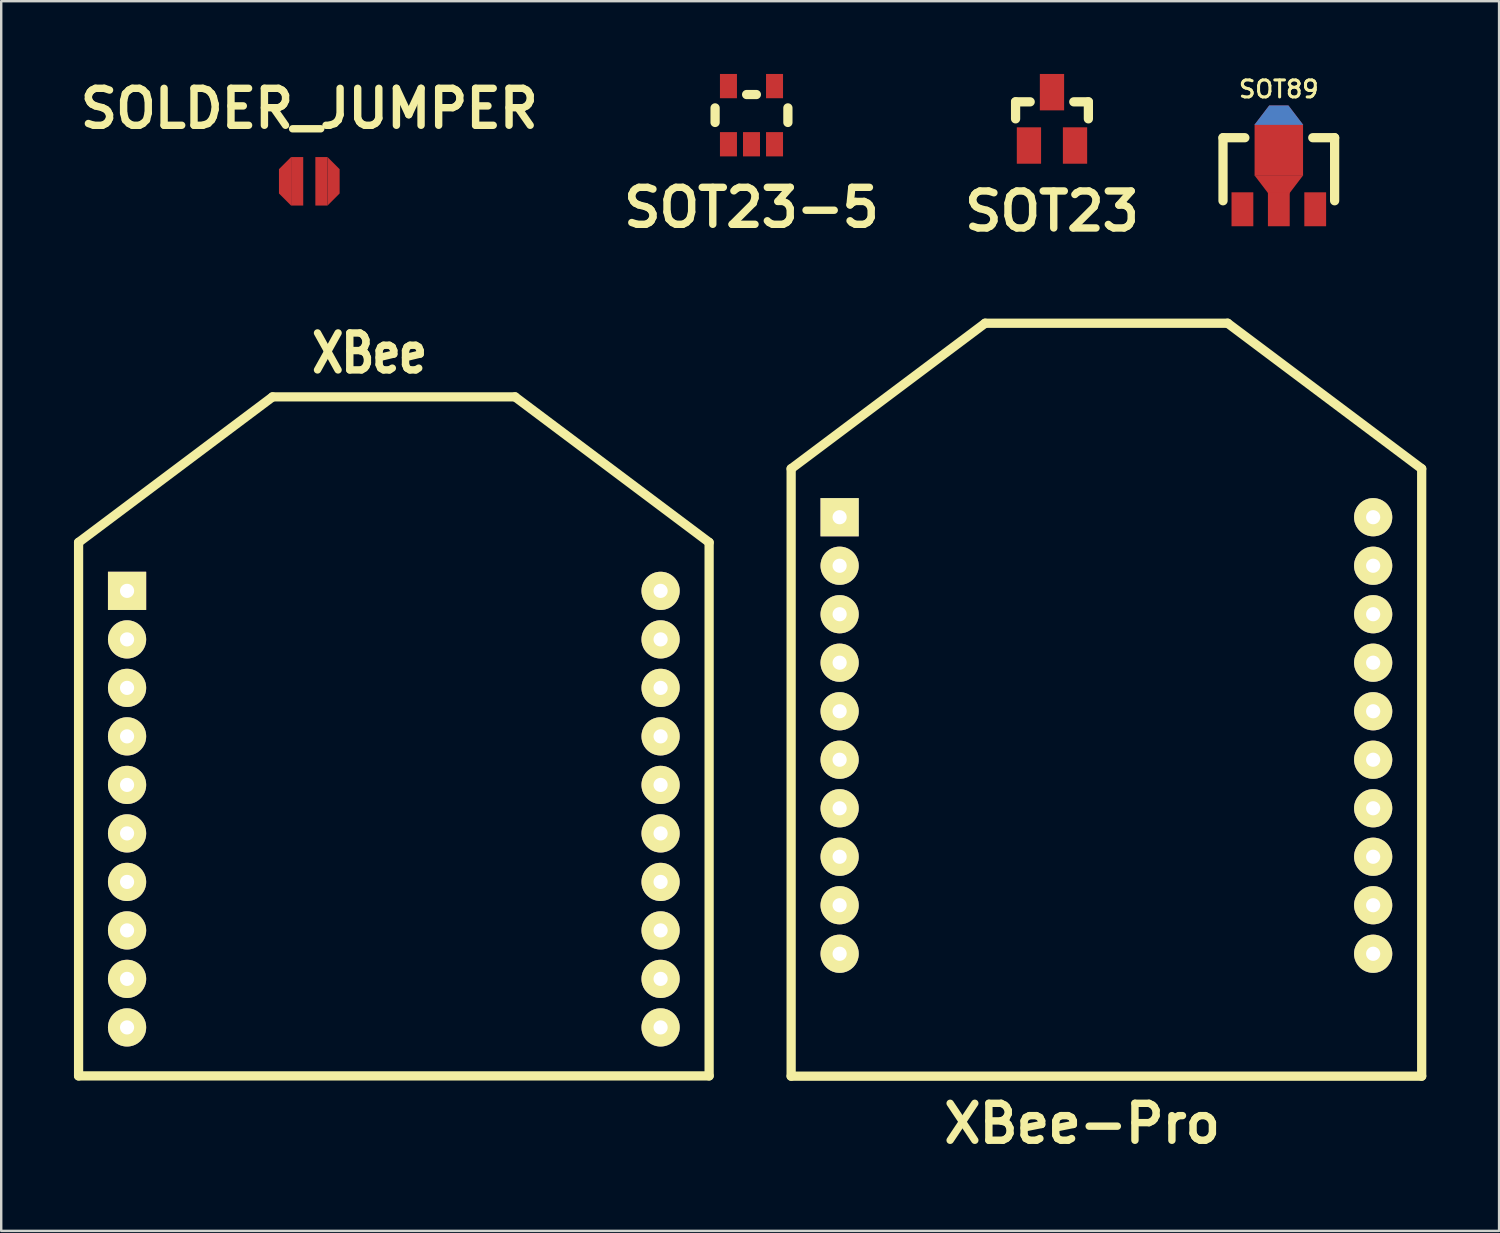
<source format=kicad_pcb>
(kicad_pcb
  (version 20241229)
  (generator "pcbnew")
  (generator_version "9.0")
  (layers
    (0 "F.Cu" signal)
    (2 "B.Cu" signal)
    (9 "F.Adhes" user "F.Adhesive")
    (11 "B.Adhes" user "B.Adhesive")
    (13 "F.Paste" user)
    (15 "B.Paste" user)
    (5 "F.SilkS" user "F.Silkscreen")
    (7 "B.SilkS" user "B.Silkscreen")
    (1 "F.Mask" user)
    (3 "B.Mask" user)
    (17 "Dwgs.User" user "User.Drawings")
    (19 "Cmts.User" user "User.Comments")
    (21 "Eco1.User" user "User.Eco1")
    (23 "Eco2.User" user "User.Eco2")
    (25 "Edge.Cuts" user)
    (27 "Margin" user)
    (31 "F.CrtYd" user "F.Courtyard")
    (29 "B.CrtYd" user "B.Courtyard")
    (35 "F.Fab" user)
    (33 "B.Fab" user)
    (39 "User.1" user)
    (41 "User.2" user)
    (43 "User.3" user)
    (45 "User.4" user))
  (footprint "SOT23"
    (layer "F.Cu")
    (at 40.326 1.85)
    (property "Reference" "SOT23" (at 0 3.81 0) (layer "F.SilkS") (effects (font (size 1.524 1.524) (thickness 0.305))))
    (attr through_hole)
    (fp_line (start -1.501 -0.701) (end -1.501 0) (stroke (width 0.381) (type solid)) (layer "F.SilkS"))
    (fp_line (start -0.899 -0.701) (end -1.501 -0.701) (stroke (width 0.381) (type solid)) (layer "F.SilkS"))
    (fp_line (start 1.501 -0.701) (end 0.899 -0.701) (stroke (width 0.381) (type solid)) (layer "F.SilkS"))
    (fp_line (start 1.501 0) (end 1.501 -0.701) (stroke (width 0.381) (type solid)) (layer "F.SilkS"))
    (pad "1" smd rect (at -0.95 1.1) (size 1.001 1.501) (layers "F.Cu" "F.Mask" "F.Paste"))
    (pad "2" smd rect (at 0.95 1.1) (size 1.001 1.501) (layers "F.Cu" "F.Mask" "F.Paste"))
    (pad "3" smd rect (at 0 -1.1) (size 1.001 1.501) (layers "F.Cu" "F.Mask" "F.Paste")))
  (footprint "SOT89"
    (layer "F.Cu")
    (at 49.679 3.928)
    (property "Reference" "SOT89" (at 0 -3.299 0) (layer "F.SilkS") (effects (font (size 0.701 0.701) (thickness 0.124))))
    (attr smd)
    (fp_line (start -2.301 -1.3) (end -2.301 1.3) (stroke (width 0.381) (type solid)) (layer "F.SilkS"))
    (fp_line (start -2.301 -1.3) (end -1.4 -1.3) (stroke (width 0.381) (type solid)) (layer "F.SilkS"))
    (fp_line (start 1.4 -1.3) (end 2.301 -1.3) (stroke (width 0.381) (type solid)) (layer "F.SilkS"))
    (fp_line (start 2.301 -1.3) (end 2.301 1.3) (stroke (width 0.381) (type solid)) (layer "F.SilkS"))
    (pad "1" smd rect (at -1.501 1.651) (size 0.899 1.4) (layers "F.Cu" "F.Mask" "F.Paste"))
    (pad "2" thru_hole trapezoid (at 0 -2.23) (size 1.4 0.8) (rect_delta 0 0.61) (drill 0.000001) (layers "F.Cu" "F.Mask" "F.Paste"))
    (pad "2" smd rect (at 0 -0.79) (size 1.999 2.101) (layers "F.Cu" "F.Mask" "F.Paste"))
    (pad "2" smd trapezoid (at 0 0.65) (size 1.4 0.8) (rect_delta 0 -0.61) (layers "F.Cu" "F.Mask" "F.Paste"))
    (pad "2" smd rect (at 0 1.651) (size 0.899 1.4) (layers "F.Cu" "F.Mask" "F.Paste"))
    (pad "3" smd rect (at 1.501 1.651) (size 0.899 1.4) (layers "F.Cu" "F.Mask" "F.Paste")))
  (footprint "SOLDER_JUMPER"
    (layer "F.Cu")
    (at 9.703 4.426)
    (property "Reference" "SOLDER_JUMPER" (at 0 -3 0) (layer "F.SilkS") (effects (font (size 1.524 1.524) (thickness 0.305))))
    (attr through_hole)
    (pad "1" smd trapezoid (at -1.001 0) (size 0.5 1.501) (rect_delta -0.5 0) (layers "F.Cu" "F.Mask" "F.Paste"))
    (pad "1" smd rect (at -0.5 0) (size 0.5 1.999) (layers "F.Cu" "F.Mask" "F.Paste"))
    (pad "2" smd rect (at 0.5 0) (size 0.5 1.999) (layers "F.Cu" "F.Mask" "F.Paste"))
    (pad "2" smd trapezoid (at 1.001 0) (size 0.5 1.501) (rect_delta 0.5 0) (layers "F.Cu" "F.Mask" "F.Paste")))
  (footprint "XBee"
    (layer "F.Cu")
    (at 12.189 35.313)
    (property "Reference" "XBee" (at 0 -23.8 0) (layer "F.SilkS") (effects (font (size 1.524 1.27) (thickness 0.305))))
    (attr through_hole)
    (fp_line (start -11.999 -15.999) (end -4 -21.999) (stroke (width 0.381) (type solid)) (layer "F.SilkS"))
    (fp_line (start -11.999 5.999) (end -11.999 -15.999) (stroke (width 0.381) (type solid)) (layer "F.SilkS"))
    (fp_line (start -4 -21.999) (end 5.999 -21.999) (stroke (width 0.381) (type solid)) (layer "F.SilkS"))
    (fp_line (start 5.999 -21.999) (end 14 -15.999) (stroke (width 0.381) (type solid)) (layer "F.SilkS"))
    (fp_line (start 14 -15.999) (end 14 5.999) (stroke (width 0.381) (type solid)) (layer "F.SilkS"))
    (fp_line (start 14 5.999) (end -11.999 5.999) (stroke (width 0.381) (type solid)) (layer "F.SilkS"))
    (pad "1" thru_hole rect (at -10 -14) (size 1.575 1.575) (drill 0.584) (layers "*.Cu" "*.Mask" "F.SilkS"))
    (pad "2" thru_hole circle (at -10 -11.999) (size 1.575 1.575) (drill 0.584) (layers "*.Cu" "*.Mask" "F.SilkS"))
    (pad "3" thru_hole circle (at -10 -10) (size 1.575 1.575) (drill 0.584) (layers "*.Cu" "*.Mask" "F.SilkS"))
    (pad "4" thru_hole circle (at -10 -8.001) (size 1.575 1.575) (drill 0.584) (layers "*.Cu" "*.Mask" "F.SilkS"))
    (pad "5" thru_hole circle (at -10 -5.999) (size 1.575 1.575) (drill 0.584) (layers "*.Cu" "*.Mask" "F.SilkS"))
    (pad "6" thru_hole circle (at -10 -4) (size 1.575 1.575) (drill 0.584) (layers "*.Cu" "*.Mask" "F.SilkS"))
    (pad "7" thru_hole circle (at -10 -1.999) (size 1.575 1.575) (drill 0.584) (layers "*.Cu" "*.Mask" "F.SilkS"))
    (pad "8" thru_hole circle (at -10 0) (size 1.575 1.575) (drill 0.584) (layers "*.Cu" "*.Mask" "F.SilkS"))
    (pad "9" thru_hole circle (at -10 1.999) (size 1.575 1.575) (drill 0.584) (layers "*.Cu" "*.Mask" "F.SilkS"))
    (pad "10" thru_hole circle (at -10 4) (size 1.575 1.575) (drill 0.584) (layers "*.Cu" "*.Mask" "F.SilkS"))
    (pad "11" thru_hole circle (at 11.999 4) (size 1.575 1.575) (drill 0.584) (layers "*.Cu" "*.Mask" "F.SilkS"))
    (pad "12" thru_hole circle (at 11.999 1.999) (size 1.575 1.575) (drill 0.584) (layers "*.Cu" "*.Mask" "F.SilkS"))
    (pad "13" thru_hole circle (at 11.999 0) (size 1.575 1.575) (drill 0.584) (layers "*.Cu" "*.Mask" "F.SilkS"))
    (pad "14" thru_hole circle (at 11.999 -1.999) (size 1.575 1.575) (drill 0.584) (layers "*.Cu" "*.Mask" "F.SilkS"))
    (pad "15" thru_hole circle (at 11.999 -4) (size 1.575 1.575) (drill 0.584) (layers "*.Cu" "*.Mask" "F.SilkS"))
    (pad "16" thru_hole circle (at 11.999 -5.999) (size 1.575 1.575) (drill 0.584) (layers "*.Cu" "*.Mask" "F.SilkS"))
    (pad "17" thru_hole circle (at 11.999 -8.001) (size 1.575 1.575) (drill 0.584) (layers "*.Cu" "*.Mask" "F.SilkS"))
    (pad "18" thru_hole circle (at 11.999 -10) (size 1.575 1.575) (drill 0.584) (layers "*.Cu" "*.Mask" "F.SilkS"))
    (pad "19" thru_hole circle (at 11.999 -11.999) (size 1.575 1.575) (drill 0.584) (layers "*.Cu" "*.Mask" "F.SilkS"))
    (pad "20" thru_hole circle (at 11.999 -14) (size 1.575 1.575) (drill 0.584) (layers "*.Cu" "*.Mask" "F.SilkS")))
  (footprint "SOT23-5"
    (layer "F.Cu")
    (at 27.936 1.699)
    (property "Reference" "SOT23-5" (at 0 3.81 0) (layer "F.SilkS") (effects (font (size 1.524 1.524) (thickness 0.305))))
    (attr through_hole)
    (fp_line (start -1.501 -0.3) (end -1.501 0.3) (stroke (width 0.381) (type solid)) (layer "F.SilkS"))
    (fp_line (start -0.201 -0.851) (end 0.201 -0.851) (stroke (width 0.381) (type solid)) (layer "F.SilkS"))
    (fp_line (start 1.501 -0.3) (end 1.501 0.3) (stroke (width 0.381) (type solid)) (layer "F.SilkS"))
    (pad "1" smd rect (at -0.95 1.199) (size 0.701 1.001) (layers "F.Cu" "F.Mask" "F.Paste"))
    (pad "2" smd rect (at 0 1.199) (size 0.701 1.001) (layers "F.Cu" "F.Mask" "F.Paste"))
    (pad "3" smd rect (at 0.95 1.199) (size 0.701 1.001) (layers "F.Cu" "F.Mask" "F.Paste"))
    (pad "4" smd rect (at 0.95 -1.199) (size 0.701 1.001) (layers "F.Cu" "F.Mask" "F.Paste"))
    (pad "5" smd rect (at -0.95 -1.199) (size 0.701 1.001) (layers "F.Cu" "F.Mask" "F.Paste")))
  (footprint "XBee-Pro"
    (layer "F.Cu")
    (at 41.57 32.276)
    (property "Reference" "XBee-Pro" (at 0 11.001 0) (layer "F.SilkS") (effects (font (size 1.524 1.524) (thickness 0.305))))
    (attr through_hole)
    (fp_line (start -11.999 -15.999) (end -4 -21.999) (stroke (width 0.381) (type solid)) (layer "F.SilkS"))
    (fp_line (start -11.999 9.047) (end -11.999 -15.999) (stroke (width 0.381) (type solid)) (layer "F.SilkS"))
    (fp_line (start -4 -21.999) (end 5.999 -21.999) (stroke (width 0.381) (type solid)) (layer "F.SilkS"))
    (fp_line (start 5.999 -21.999) (end 14 -15.999) (stroke (width 0.381) (type solid)) (layer "F.SilkS"))
    (fp_line (start 14 -15.999) (end 14 9.047) (stroke (width 0.381) (type solid)) (layer "F.SilkS"))
    (fp_line (start 14 9.047) (end -11.999 9.047) (stroke (width 0.381) (type solid)) (layer "F.SilkS"))
    (pad "1" thru_hole rect (at -10 -14) (size 1.575 1.575) (drill 0.584) (layers "*.Cu" "*.Mask" "F.SilkS"))
    (pad "2" thru_hole circle (at -10 -11.999) (size 1.575 1.575) (drill 0.584) (layers "*.Cu" "*.Mask" "F.SilkS"))
    (pad "3" thru_hole circle (at -10 -10) (size 1.575 1.575) (drill 0.584) (layers "*.Cu" "*.Mask" "F.SilkS"))
    (pad "4" thru_hole circle (at -10 -8.001) (size 1.575 1.575) (drill 0.584) (layers "*.Cu" "*.Mask" "F.SilkS"))
    (pad "5" thru_hole circle (at -10 -5.999) (size 1.575 1.575) (drill 0.584) (layers "*.Cu" "*.Mask" "F.SilkS"))
    (pad "6" thru_hole circle (at -10 -4) (size 1.575 1.575) (drill 0.584) (layers "*.Cu" "*.Mask" "F.SilkS"))
    (pad "7" thru_hole circle (at -10 -1.999) (size 1.575 1.575) (drill 0.584) (layers "*.Cu" "*.Mask" "F.SilkS"))
    (pad "8" thru_hole circle (at -10 0) (size 1.575 1.575) (drill 0.584) (layers "*.Cu" "*.Mask" "F.SilkS"))
    (pad "9" thru_hole circle (at -10 1.999) (size 1.575 1.575) (drill 0.584) (layers "*.Cu" "*.Mask" "F.SilkS"))
    (pad "10" thru_hole circle (at -10 4) (size 1.575 1.575) (drill 0.584) (layers "*.Cu" "*.Mask" "F.SilkS"))
    (pad "11" thru_hole circle (at 11.999 4) (size 1.575 1.575) (drill 0.584) (layers "*.Cu" "*.Mask" "F.SilkS"))
    (pad "12" thru_hole circle (at 11.999 1.999) (size 1.575 1.575) (drill 0.584) (layers "*.Cu" "*.Mask" "F.SilkS"))
    (pad "13" thru_hole circle (at 11.999 0) (size 1.575 1.575) (drill 0.584) (layers "*.Cu" "*.Mask" "F.SilkS"))
    (pad "14" thru_hole circle (at 11.999 -1.999) (size 1.575 1.575) (drill 0.584) (layers "*.Cu" "*.Mask" "F.SilkS"))
    (pad "15" thru_hole circle (at 11.999 -4) (size 1.575 1.575) (drill 0.584) (layers "*.Cu" "*.Mask" "F.SilkS"))
    (pad "16" thru_hole circle (at 11.999 -5.999) (size 1.575 1.575) (drill 0.584) (layers "*.Cu" "*.Mask" "F.SilkS"))
    (pad "17" thru_hole circle (at 11.999 -8.001) (size 1.575 1.575) (drill 0.584) (layers "*.Cu" "*.Mask" "F.SilkS"))
    (pad "18" thru_hole circle (at 11.999 -10) (size 1.575 1.575) (drill 0.584) (layers "*.Cu" "*.Mask" "F.SilkS"))
    (pad "19" thru_hole circle (at 11.999 -11.999) (size 1.575 1.575) (drill 0.584) (layers "*.Cu" "*.Mask" "F.SilkS"))
    (pad "20" thru_hole circle (at 11.999 -14) (size 1.575 1.575) (drill 0.584) (layers "*.Cu" "*.Mask" "F.SilkS")))
  (gr_rect
    (start -3 -3)
    (end 58.761 47.703)
    (stroke (width 0.1) (type default))
    (fill no)
    (layer "Edge.Cuts")))
</source>
